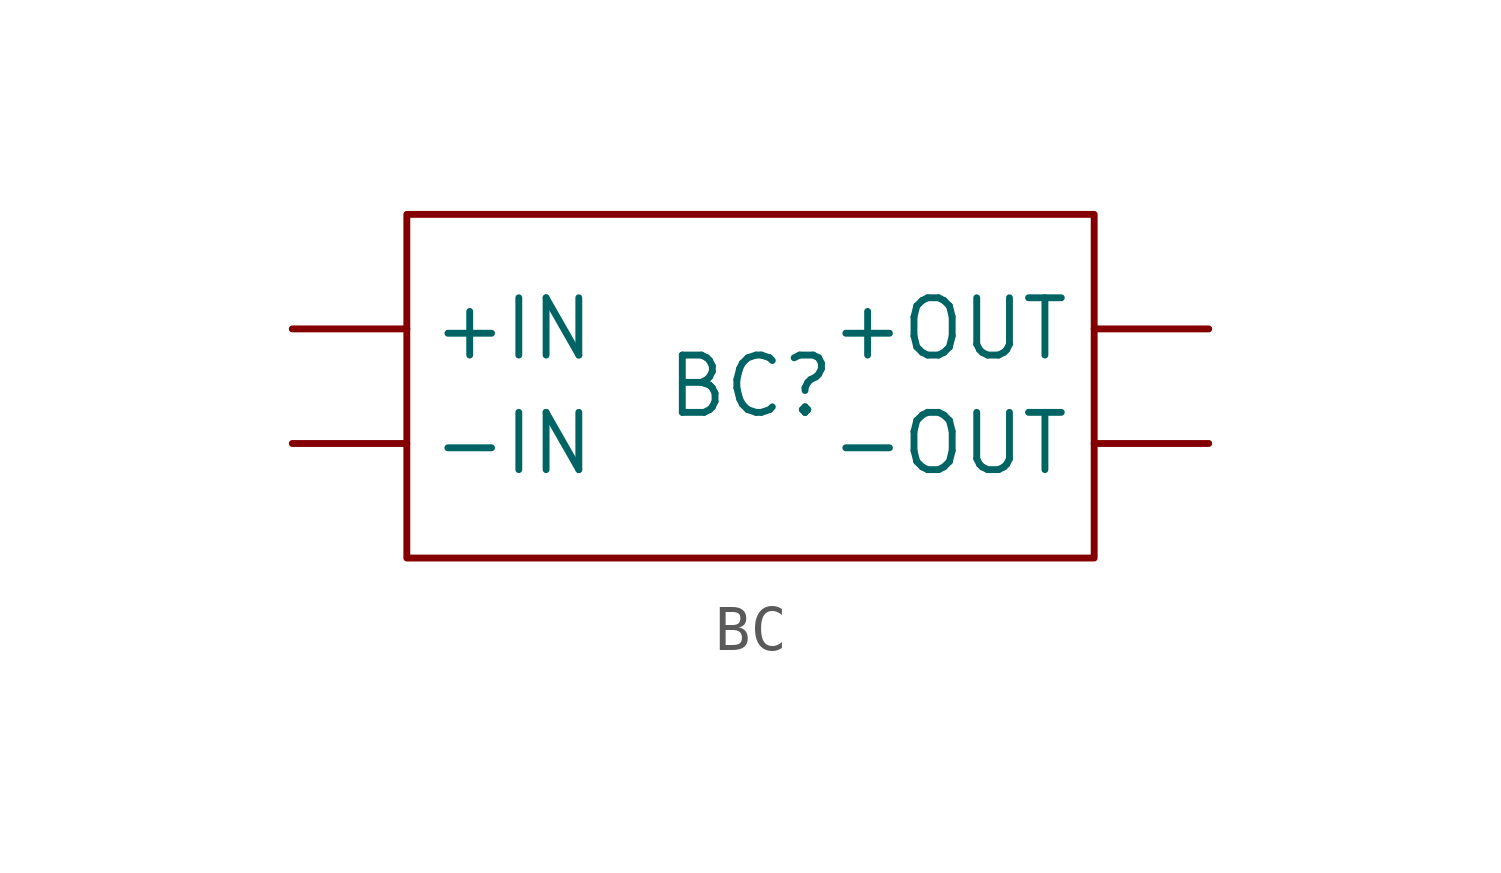
<source format=kicad_sym>
(kicad_symbol_lib
  (version 20241209)
  (generator "kicad_symbol_editor")
  (generator_version "9.0")
  (symbol "BC"
    (property "Reference" "BC"
      (at 0 0 0)
      (effects (font (size 1.27 1.27))))
    (property "Value" ""
      (at 0 0 0)
      (effects (font (size 1.27 1.27))))
    (symbol "BC_0_1"
      (rectangle (start -7.62 3.81) (end 7.62 -3.81) (stroke (width 0) (type default)) (fill (type none))))
    (symbol "BC_1_1"
      (pin input line (at -10.16 1.27 0) (length 2.54) (name "+IN" (effects (font (size 1.27 1.27)))) (number "" (effects (font (size 1.27 1.27)))))
      (pin input line (at -10.16 -1.27 0) (length 2.54) (name "-IN" (effects (font (size 1.27 1.27)))) (number "" (effects (font (size 1.27 1.27)))))
      (pin input line (at 10.16 1.27 180) (length 2.54) (name "+OUT" (effects (font (size 1.27 1.27)))) (number "" (effects (font (size 1.27 1.27)))))
      (pin input line (at 10.16 -1.27 180) (length 2.54) (name "-OUT" (effects (font (size 1.27 1.27)))) (number "" (effects (font (size 1.27 1.27))))))))
</source>
